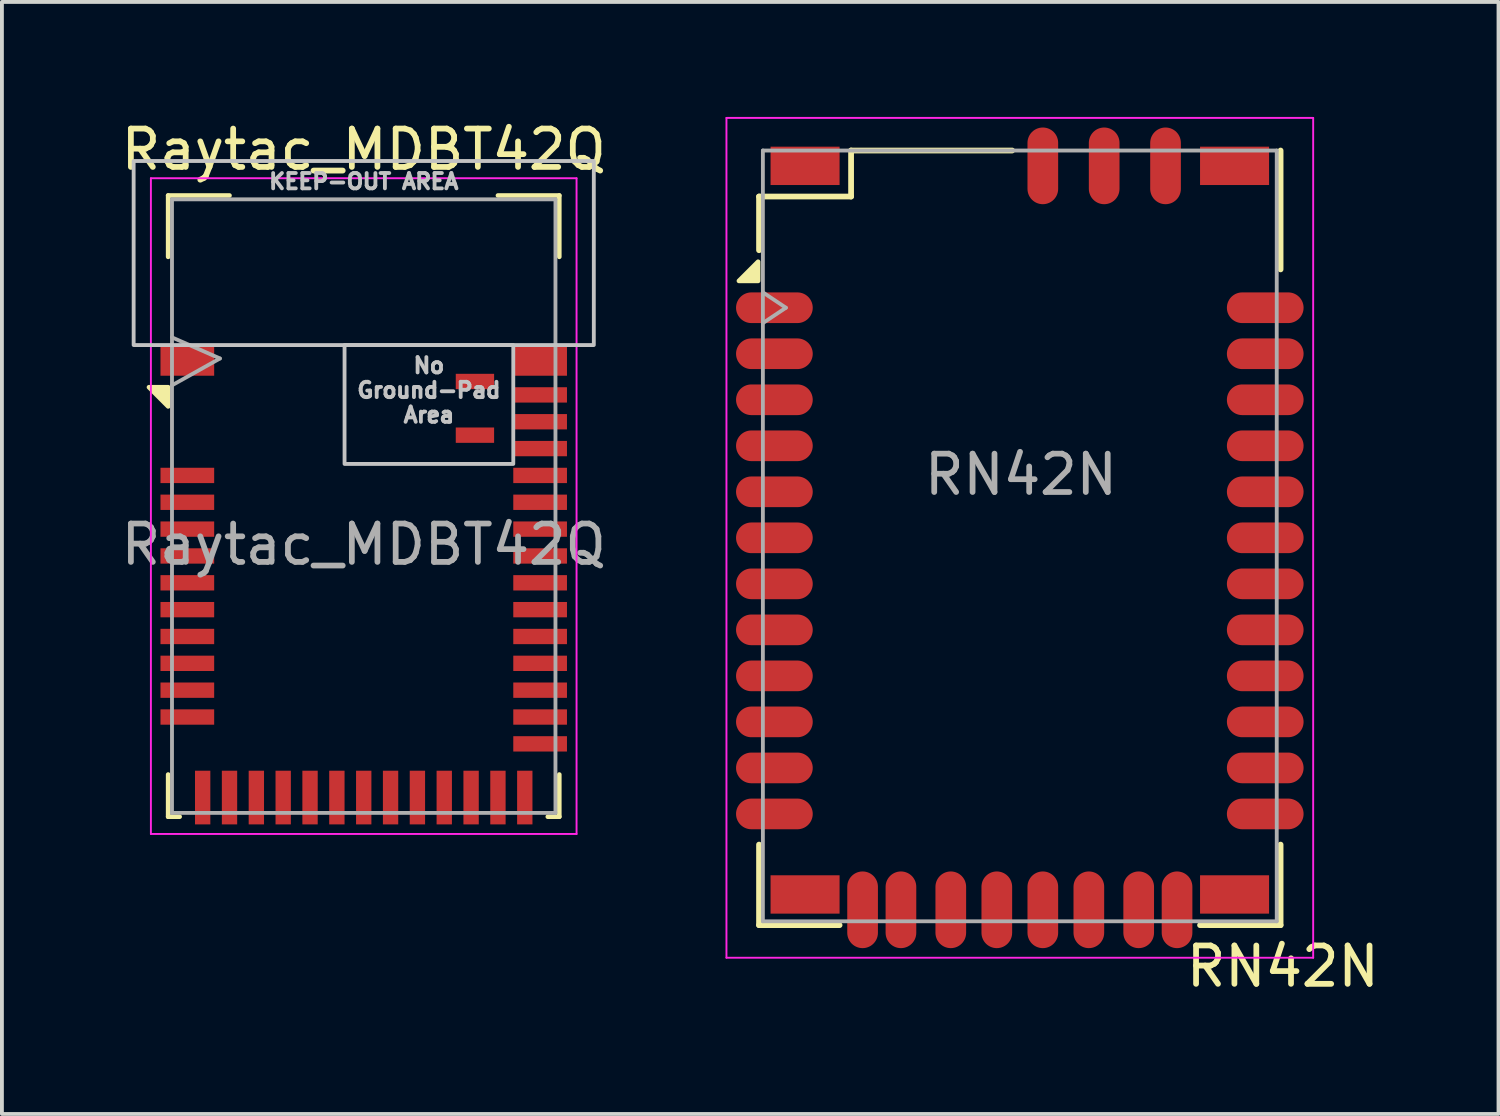
<source format=kicad_pcb>
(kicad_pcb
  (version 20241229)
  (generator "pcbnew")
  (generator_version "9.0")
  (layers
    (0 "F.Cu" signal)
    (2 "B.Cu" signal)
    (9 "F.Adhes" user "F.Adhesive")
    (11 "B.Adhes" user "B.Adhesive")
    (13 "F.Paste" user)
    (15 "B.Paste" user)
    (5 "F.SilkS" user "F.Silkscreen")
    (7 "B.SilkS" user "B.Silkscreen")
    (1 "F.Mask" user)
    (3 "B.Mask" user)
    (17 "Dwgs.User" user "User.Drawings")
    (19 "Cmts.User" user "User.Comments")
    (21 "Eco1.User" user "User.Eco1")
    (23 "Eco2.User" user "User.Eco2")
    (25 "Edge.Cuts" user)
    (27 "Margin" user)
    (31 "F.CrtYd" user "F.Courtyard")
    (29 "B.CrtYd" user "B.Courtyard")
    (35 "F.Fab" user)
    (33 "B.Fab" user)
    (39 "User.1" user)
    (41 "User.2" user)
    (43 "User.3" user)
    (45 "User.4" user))
  (footprint "RN42N"
    (layer "F.Cu")
    (at 23.544 10.975)
    (property "Reference" "RN42N" (at 6.858 11.176 0) (layer "F.SilkS") (effects (font (size 1 1) (thickness 0.15))))
    (attr smd)
    (fp_line (start -6.8 -8.9) (end -4.4 -8.9) (stroke (width 0.15) (type solid)) (layer "F.SilkS"))
    (fp_line (start -6.8 -7.5) (end -6.8 -8.9) (stroke (width 0.15) (type solid)) (layer "F.SilkS"))
    (fp_line (start -6.8 10.1) (end -6.8 8) (stroke (width 0.15) (type solid)) (layer "F.SilkS"))
    (fp_line (start -4.7 10.1) (end -6.8 10.1) (stroke (width 0.15) (type solid)) (layer "F.SilkS"))
    (fp_line (start -4.4 -10.1) (end -4.4 -8.9) (stroke (width 0.15) (type solid)) (layer "F.SilkS"))
    (fp_line (start -4.4 -10.1) (end -0.2 -10.1) (stroke (width 0.15) (type solid)) (layer "F.SilkS"))
    (fp_line (start 4.7 10.1) (end 6.8 10.1) (stroke (width 0.15) (type solid)) (layer "F.SilkS"))
    (fp_line (start 6.8 -10.1) (end 6.8 -7) (stroke (width 0.15) (type solid)) (layer "F.SilkS"))
    (fp_line (start 6.8 10.1) (end 6.8 8) (stroke (width 0.15) (type solid)) (layer "F.SilkS"))
    (fp_poly (pts (xy -6.825 -6.7) (xy -7.325 -6.7) (xy -6.825 -7.2) (xy -6.825 -6.7)) (stroke (width 0.12) (type solid)) (fill yes) (layer "F.SilkS"))
    (fp_line (start -7.65 -10.95) (end 7.65 -10.95) (stroke (width 0.05) (type solid)) (layer "F.CrtYd"))
    (fp_line (start -7.65 10.95) (end -7.65 -10.95) (stroke (width 0.05) (type solid)) (layer "F.CrtYd"))
    (fp_line (start 7.65 -10.95) (end 7.65 10.95) (stroke (width 0.05) (type solid)) (layer "F.CrtYd"))
    (fp_line (start 7.65 10.95) (end -7.65 10.95) (stroke (width 0.05) (type solid)) (layer "F.CrtYd"))
    (fp_line (start -6.7 -10.1) (end -6.7 10) (stroke (width 0.1) (type solid)) (layer "F.Fab"))
    (fp_line (start -6.7 -6.4) (end -6.1 -6) (stroke (width 0.1) (type solid)) (layer "F.Fab"))
    (fp_line (start -6.7 10) (end 6.7 10) (stroke (width 0.1) (type solid)) (layer "F.Fab"))
    (fp_line (start -6.1 -6) (end -6.7 -5.6) (stroke (width 0.1) (type solid)) (layer "F.Fab"))
    (fp_line (start 6.7 -10.1) (end -6.7 -10.1) (stroke (width 0.1) (type solid)) (layer "F.Fab"))
    (fp_line (start 6.7 10) (end 6.7 -10.1) (stroke (width 0.1) (type solid)) (layer "F.Fab"))
    (fp_text user "${REFERENCE}" (at 0.03 -1.65 0) (layer "F.Fab") (effects (font (size 1 1) (thickness 0.15))))
    (pad "1" smd oval (at -6.4 -6) (size 2 0.8) (layers "F.Cu" "F.Mask" "F.Paste"))
    (pad "2" smd oval (at -6.4 -4.8) (size 2 0.8) (layers "F.Cu" "F.Mask" "F.Paste"))
    (pad "3" smd oval (at -6.4 -3.6) (size 2 0.8) (layers "F.Cu" "F.Mask" "F.Paste"))
    (pad "4" smd oval (at -6.4 -2.4) (size 2 0.8) (layers "F.Cu" "F.Mask" "F.Paste"))
    (pad "5" smd oval (at -6.4 -1.2) (size 2 0.8) (layers "F.Cu" "F.Mask" "F.Paste"))
    (pad "6" smd oval (at -6.4 0) (size 2 0.8) (layers "F.Cu" "F.Mask" "F.Paste"))
    (pad "7" smd oval (at -6.4 1.2) (size 2 0.8) (layers "F.Cu" "F.Mask" "F.Paste"))
    (pad "8" smd oval (at -6.4 2.4) (size 2 0.8) (layers "F.Cu" "F.Mask" "F.Paste"))
    (pad "9" smd oval (at -6.4 3.6) (size 2 0.8) (layers "F.Cu" "F.Mask" "F.Paste"))
    (pad "10" smd oval (at -6.4 4.8) (size 2 0.8) (layers "F.Cu" "F.Mask" "F.Paste"))
    (pad "11" smd oval (at -6.4 6) (size 2 0.8) (layers "F.Cu" "F.Mask" "F.Paste"))
    (pad "12" smd oval (at -6.4 7.2) (size 2 0.8) (layers "F.Cu" "F.Mask" "F.Paste"))
    (pad "13" smd oval (at 6.4 7.2) (size 2 0.8) (layers "F.Cu" "F.Mask" "F.Paste"))
    (pad "14" smd oval (at 6.4 6) (size 2 0.8) (layers "F.Cu" "F.Mask" "F.Paste"))
    (pad "15" smd oval (at 6.4 4.8) (size 2 0.8) (layers "F.Cu" "F.Mask" "F.Paste"))
    (pad "16" smd oval (at 6.4 3.6) (size 2 0.8) (layers "F.Cu" "F.Mask" "F.Paste"))
    (pad "17" smd oval (at 6.4 2.4) (size 2 0.8) (layers "F.Cu" "F.Mask" "F.Paste"))
    (pad "18" smd oval (at 6.4 1.2) (size 2 0.8) (layers "F.Cu" "F.Mask" "F.Paste"))
    (pad "19" smd oval (at 6.4 0) (size 2 0.8) (layers "F.Cu" "F.Mask" "F.Paste"))
    (pad "20" smd oval (at 6.4 -1.2) (size 2 0.8) (layers "F.Cu" "F.Mask" "F.Paste"))
    (pad "21" smd oval (at 6.4 -2.4) (size 2 0.8) (layers "F.Cu" "F.Mask" "F.Paste"))
    (pad "22" smd oval (at 6.4 -3.6) (size 2 0.8) (layers "F.Cu" "F.Mask" "F.Paste"))
    (pad "23" smd oval (at 6.4 -4.8) (size 2 0.8) (layers "F.Cu" "F.Mask" "F.Paste"))
    (pad "24" smd oval (at 6.4 -6) (size 2 0.8) (layers "F.Cu" "F.Mask" "F.Paste"))
    (pad "25" smd oval (at 3.8 -9.7 90) (size 2 0.8) (layers "F.Cu" "F.Mask" "F.Paste"))
    (pad "26" smd oval (at 2.2 -9.7 90) (size 2 0.8) (layers "F.Cu" "F.Mask" "F.Paste"))
    (pad "27" smd oval (at 0.6 -9.7 90) (size 2 0.8) (layers "F.Cu" "F.Mask" "F.Paste"))
    (pad "28" smd oval (at 3.1 9.7 90) (size 2 0.8) (layers "F.Cu" "F.Mask" "F.Paste"))
    (pad "29" smd oval (at -3.1 9.7 90) (size 2 0.8) (layers "F.Cu" "F.Mask" "F.Paste"))
    (pad "30" smd oval (at 4.1 9.7 90) (size 2 0.8) (layers "F.Cu" "F.Mask" "F.Paste"))
    (pad "31" smd oval (at 1.8 9.7 90) (size 2 0.8) (layers "F.Cu" "F.Mask" "F.Paste"))
    (pad "32" smd oval (at 0.6 9.7 90) (size 2 0.8) (layers "F.Cu" "F.Mask" "F.Paste"))
    (pad "33" smd oval (at -0.6 9.7 90) (size 2 0.8) (layers "F.Cu" "F.Mask" "F.Paste"))
    (pad "34" smd oval (at -1.8 9.7 90) (size 2 0.8) (layers "F.Cu" "F.Mask" "F.Paste"))
    (pad "35" smd oval (at -4.1 9.7 90) (size 2 0.8) (layers "F.Cu" "F.Mask" "F.Paste"))
    (pad "36" smd rect (at -5.6 -9.7) (size 1.8 1) (layers "F.Cu" "F.Mask" "F.Paste"))
    (pad "36" smd rect (at -5.6 9.3) (size 1.8 1) (layers "F.Cu" "F.Mask" "F.Paste"))
    (pad "36" smd rect (at 5.6 -9.7) (size 1.8 1) (layers "F.Cu" "F.Mask" "F.Paste"))
    (pad "36" smd rect (at 5.6 9.3) (size 1.8 1) (layers "F.Cu" "F.Mask" "F.Paste")))
  (footprint "Raytac_MDBT42Q"
    (layer "F.Cu")
    (at 6.435 10.148)
    (property "Reference" "Raytac_MDBT42Q" (at 0 -9.3 0) (layer "F.SilkS") (effects (font (size 1 1) (thickness 0.15))))
    (attr smd)
    (fp_line (start -5.1 -8.1) (end -5.1 -6.5) (stroke (width 0.12) (type solid)) (layer "F.SilkS"))
    (fp_line (start -5.1 -8.1) (end -3.5 -8.1) (stroke (width 0.12) (type solid)) (layer "F.SilkS"))
    (fp_line (start -5.1 8.1) (end -5.1 7) (stroke (width 0.12) (type solid)) (layer "F.SilkS"))
    (fp_line (start -4.8 8.1) (end -5.1 8.1) (stroke (width 0.12) (type solid)) (layer "F.SilkS"))
    (fp_line (start 3.5 -8.1) (end 5.1 -8.1) (stroke (width 0.12) (type solid)) (layer "F.SilkS"))
    (fp_line (start 4.8 8.1) (end 5.1 8.1) (stroke (width 0.12) (type solid)) (layer "F.SilkS"))
    (fp_line (start 5.1 -8.1) (end 5.1 -6.5) (stroke (width 0.12) (type solid)) (layer "F.SilkS"))
    (fp_line (start 5.1 8.1) (end 5.1 7) (stroke (width 0.12) (type solid)) (layer "F.SilkS"))
    (fp_poly (pts (xy -5.1 -3.1) (xy -5.6 -3.1) (xy -5.1 -2.6) (xy -5.1 -3.1)) (stroke (width 0.12) (type solid)) (fill yes) (layer "F.SilkS"))
    (fp_line (start -5.55 8.55) (end -5.55 -8.55) (stroke (width 0.05) (type solid)) (layer "F.CrtYd"))
    (fp_line (start 5.55 -8.55) (end -5.55 -8.55) (stroke (width 0.05) (type solid)) (layer "F.CrtYd"))
    (fp_line (start 5.55 -8.55) (end 5.55 8.55) (stroke (width 0.05) (type solid)) (layer "F.CrtYd"))
    (fp_line (start 5.55 8.55) (end -5.55 8.55) (stroke (width 0.05) (type solid)) (layer "F.CrtYd"))
    (fp_line (start -5 -8) (end -5 8) (stroke (width 0.1) (type solid)) (layer "F.Fab"))
    (fp_line (start -5 -8) (end 5 -8) (stroke (width 0.1) (type solid)) (layer "F.Fab"))
    (fp_line (start -5 -3.15) (end -3.75 -3.85) (stroke (width 0.1) (type default)) (layer "F.Fab"))
    (fp_line (start -5 8) (end 5 8) (stroke (width 0.1) (type solid)) (layer "F.Fab"))
    (fp_line (start -3.75 -3.85) (end -5 -4.4) (stroke (width 0.1) (type default)) (layer "F.Fab"))
    (fp_line (start 5 -8) (end 5 8) (stroke (width 0.1) (type solid)) (layer "F.Fab"))
    (fp_text user "${REFERENCE}" (at 0 1 0) (layer "F.Fab") (effects (font (size 1 1) (thickness 0.15))))
    (fp_text_box "KEEP-OUT AREA" (start -6 -9) (end 6 -4.2) (margins 0.35 0.35 0.35 0.35) (layer "Dwgs.User") (effects (font (size 0.4 0.4) (thickness 0.1)) (justify top)) (border yes) (stroke (width 0.1) (type solid)))
    (fp_text_box "No Ground-Pad Area" (start -0.5 -4.2) (end 3.9 -1.1) (margins 0.35 0.35 0.35 0.35) (layer "Dwgs.User") (effects (font (size 0.4 0.4) (thickness 0.1)) (justify top)) (border yes) (stroke (width 0.1) (type solid)))
    (pad "1" smd rect (at -4.6 -3.8) (size 1.4 0.8) (layers "F.Cu" "F.Mask" "F.Paste"))
    (pad "2" smd rect (at -4.6 -0.8) (size 1.4 0.4) (layers "F.Cu" "F.Mask" "F.Paste"))
    (pad "3" smd rect (at -4.6 -0.1) (size 1.4 0.4) (layers "F.Cu" "F.Mask" "F.Paste"))
    (pad "4" smd rect (at -4.6 0.6) (size 1.4 0.4) (layers "F.Cu" "F.Mask" "F.Paste"))
    (pad "5" smd rect (at -4.6 1.3) (size 1.4 0.4) (layers "F.Cu" "F.Mask" "F.Paste"))
    (pad "6" smd rect (at -4.6 2) (size 1.4 0.4) (layers "F.Cu" "F.Mask" "F.Paste"))
    (pad "7" smd rect (at -4.6 2.7) (size 1.4 0.4) (layers "F.Cu" "F.Mask" "F.Paste"))
    (pad "8" smd rect (at -4.6 3.4) (size 1.4 0.4) (layers "F.Cu" "F.Mask" "F.Paste"))
    (pad "9" smd rect (at -4.6 4.1) (size 1.4 0.4) (layers "F.Cu" "F.Mask" "F.Paste"))
    (pad "10" smd rect (at -4.6 4.8) (size 1.4 0.4) (layers "F.Cu" "F.Mask" "F.Paste"))
    (pad "11" smd rect (at -4.6 5.5) (size 1.4 0.4) (layers "F.Cu" "F.Mask" "F.Paste"))
    (pad "12" smd rect (at -4.2 7.6 90) (size 1.4 0.4) (layers "F.Cu" "F.Mask" "F.Paste"))
    (pad "13" smd rect (at -3.5 7.6 90) (size 1.4 0.4) (layers "F.Cu" "F.Mask" "F.Paste"))
    (pad "14" smd rect (at -2.8 7.6 90) (size 1.4 0.4) (layers "F.Cu" "F.Mask" "F.Paste"))
    (pad "15" smd rect (at -2.1 7.6 90) (size 1.4 0.4) (layers "F.Cu" "F.Mask" "F.Paste"))
    (pad "16" smd rect (at -1.4 7.6 90) (size 1.4 0.4) (layers "F.Cu" "F.Mask" "F.Paste"))
    (pad "17" smd rect (at -0.7 7.6 90) (size 1.4 0.4) (layers "F.Cu" "F.Mask" "F.Paste"))
    (pad "18" smd rect (at 0 7.6 90) (size 1.4 0.4) (layers "F.Cu" "F.Mask" "F.Paste"))
    (pad "19" smd rect (at 0.7 7.6 90) (size 1.4 0.4) (layers "F.Cu" "F.Mask" "F.Paste"))
    (pad "20" smd rect (at 1.4 7.6 90) (size 1.4 0.4) (layers "F.Cu" "F.Mask" "F.Paste"))
    (pad "21" smd rect (at 2.1 7.6 90) (size 1.4 0.4) (layers "F.Cu" "F.Mask" "F.Paste"))
    (pad "22" smd rect (at 2.8 7.6 90) (size 1.4 0.4) (layers "F.Cu" "F.Mask" "F.Paste"))
    (pad "23" smd rect (at 3.5 7.6 90) (size 1.4 0.4) (layers "F.Cu" "F.Mask" "F.Paste"))
    (pad "24" smd rect (at 4.2 7.6 90) (size 1.4 0.4) (layers "F.Cu" "F.Mask" "F.Paste"))
    (pad "25" smd rect (at 4.6 6.2) (size 1.4 0.4) (layers "F.Cu" "F.Mask" "F.Paste"))
    (pad "26" smd rect (at 4.6 5.5) (size 1.4 0.4) (layers "F.Cu" "F.Mask" "F.Paste"))
    (pad "27" smd rect (at 4.6 4.8) (size 1.4 0.4) (layers "F.Cu" "F.Mask" "F.Paste"))
    (pad "28" smd rect (at 4.6 4.1) (size 1.4 0.4) (layers "F.Cu" "F.Mask" "F.Paste"))
    (pad "29" smd rect (at 4.6 3.4) (size 1.4 0.4) (layers "F.Cu" "F.Mask" "F.Paste"))
    (pad "30" smd rect (at 4.6 2.7) (size 1.4 0.4) (layers "F.Cu" "F.Mask" "F.Paste"))
    (pad "31" smd rect (at 4.6 2) (size 1.4 0.4) (layers "F.Cu" "F.Mask" "F.Paste"))
    (pad "32" smd rect (at 4.6 1.3) (size 1.4 0.4) (layers "F.Cu" "F.Mask" "F.Paste"))
    (pad "33" smd rect (at 4.6 0.6) (size 1.4 0.4) (layers "F.Cu" "F.Mask" "F.Paste"))
    (pad "34" smd rect (at 4.6 -0.1) (size 1.4 0.4) (layers "F.Cu" "F.Mask" "F.Paste"))
    (pad "35" smd rect (at 4.6 -0.8) (size 1.4 0.4) (layers "F.Cu" "F.Mask" "F.Paste"))
    (pad "36" smd rect (at 4.6 -1.5) (size 1.4 0.4) (layers "F.Cu" "F.Mask" "F.Paste"))
    (pad "37" smd rect (at 4.6 -2.2) (size 1.4 0.4) (layers "F.Cu" "F.Mask" "F.Paste"))
    (pad "38" smd rect (at 4.6 -2.9) (size 1.4 0.4) (layers "F.Cu" "F.Mask" "F.Paste"))
    (pad "39" smd rect (at 4.6 -3.8) (size 1.4 0.8) (layers "F.Cu" "F.Mask" "F.Paste"))
    (pad "40" smd rect (at 2.9 -3.25) (size 1 0.4) (layers "F.Cu" "F.Mask" "F.Paste"))
    (pad "41" smd rect (at 2.9 -1.85) (size 1 0.4) (layers "F.Cu" "F.Mask" "F.Paste"))
    (zone (net_name "") (layers "F.Cu" "B.Cu" "Dwgs.User") (hatch full 0.5) (connect_pads) (min_thickness 0.25) (filled_areas_thickness no) (keepout (tracks not_allowed) (vias not_allowed) (pads not_allowed) (copperpour not_allowed) (footprints not_allowed)) (placement (enabled no)) (fill) (polygon (pts (xy 0.435 1.148) (xy 0.435 5.948) (xy 12.435 5.948) (xy 12.435 1.148))))
    (zone (net_name "") (layers "F.Cu" "Dwgs.User") (hatch full 0.5) (connect_pads) (min_thickness 0.25) (filled_areas_thickness no) (keepout (tracks not_allowed) (vias not_allowed) (pads not_allowed) (copperpour not_allowed) (footprints not_allowed)) (placement (enabled no)) (fill) (polygon (pts (xy 5.935 5.948) (xy 5.935 9.048) (xy 10.335 9.048) (xy 10.335 5.948)))))
  (gr_rect
    (start -3 -3)
    (end 36.027 25.999)
    (stroke (width 0.1) (type default))
    (fill no)
    (layer "Edge.Cuts")))
</source>
